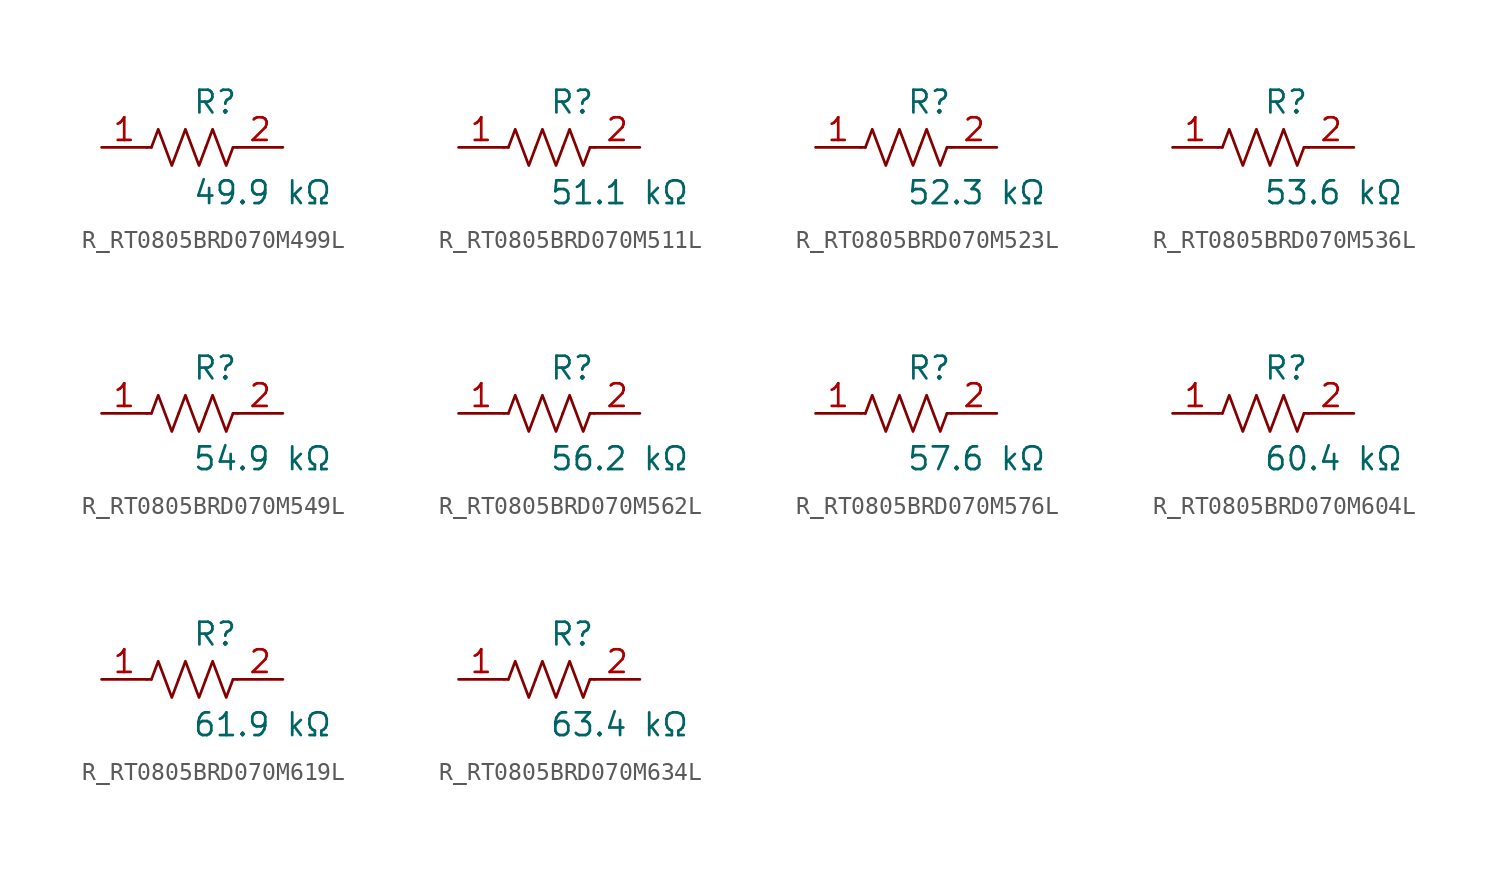
<source format=kicad_sym>
(kicad_symbol_lib
  (version 20231120)
  (generator kicad_symbol_editor)
  (generator_version 8.0)
  (symbol "R_RT0805BRD070M499L"
    (pin_names
      (offset 0.254))
    (property "Reference" "R"
      (at 0.0 2.54 0)
      (effects (font (size 1.27 1.27)) (justify left)))
    (property "Value" "49.9 kΩ"
      (at 0.0 -2.54 0)
      (effects (font (size 1.27 1.27)) (justify left)))
    (symbol "R_RT0805BRD070M499L_0_1"
      (polyline (pts (xy 2.286 0) (xy 2.54 0)) (stroke (width 0) (type default)) (fill (type none)))
      (polyline (pts (xy -2.286 0) (xy -2.54 0)) (stroke (width 0) (type default)) (fill (type none)))
      (polyline (pts (xy 0.762 0) (xy 1.143 1.016) (xy 1.524 0) (xy 1.905 -1.016) (xy 2.286 0)) (stroke (width 0) (type default)) (fill (type none)))
      (polyline (pts (xy -0.762 0) (xy -0.381 1.016) (xy 0 0) (xy 0.381 -1.016) (xy 0.762 0)) (stroke (width 0) (type default)) (fill (type none)))
      (polyline (pts (xy -2.286 0) (xy -1.905 1.016) (xy -1.524 0) (xy -1.143 -1.016) (xy -0.762 0)) (stroke (width 0) (type default)) (fill (type none))))
    (pin unspecified line
      (at -5.08 0 0)
      (length 2.54)
      (name "" (effects (font (size 1.27 1.27))))
      (number "1" (effects (font (size 1.27 1.27)))))
    (pin unspecified line
      (at 5.08 0 180)
      (length 2.54)
      (name "" (effects (font (size 1.27 1.27))))
      (number "2" (effects (font (size 1.27 1.27))))))
  (symbol "R_RT0805BRD070M511L"
    (pin_names
      (offset 0.254))
    (property "Reference" "R"
      (at 0.0 2.54 0)
      (effects (font (size 1.27 1.27)) (justify left)))
    (property "Value" "51.1 kΩ"
      (at 0.0 -2.54 0)
      (effects (font (size 1.27 1.27)) (justify left)))
    (symbol "R_RT0805BRD070M511L_0_1"
      (polyline (pts (xy 2.286 0) (xy 2.54 0)) (stroke (width 0) (type default)) (fill (type none)))
      (polyline (pts (xy -2.286 0) (xy -2.54 0)) (stroke (width 0) (type default)) (fill (type none)))
      (polyline (pts (xy 0.762 0) (xy 1.143 1.016) (xy 1.524 0) (xy 1.905 -1.016) (xy 2.286 0)) (stroke (width 0) (type default)) (fill (type none)))
      (polyline (pts (xy -0.762 0) (xy -0.381 1.016) (xy 0 0) (xy 0.381 -1.016) (xy 0.762 0)) (stroke (width 0) (type default)) (fill (type none)))
      (polyline (pts (xy -2.286 0) (xy -1.905 1.016) (xy -1.524 0) (xy -1.143 -1.016) (xy -0.762 0)) (stroke (width 0) (type default)) (fill (type none))))
    (pin unspecified line
      (at -5.08 0 0)
      (length 2.54)
      (name "" (effects (font (size 1.27 1.27))))
      (number "1" (effects (font (size 1.27 1.27)))))
    (pin unspecified line
      (at 5.08 0 180)
      (length 2.54)
      (name "" (effects (font (size 1.27 1.27))))
      (number "2" (effects (font (size 1.27 1.27))))))
  (symbol "R_RT0805BRD070M523L"
    (pin_names
      (offset 0.254))
    (property "Reference" "R"
      (at 0.0 2.54 0)
      (effects (font (size 1.27 1.27)) (justify left)))
    (property "Value" "52.3 kΩ"
      (at 0.0 -2.54 0)
      (effects (font (size 1.27 1.27)) (justify left)))
    (symbol "R_RT0805BRD070M523L_0_1"
      (polyline (pts (xy 2.286 0) (xy 2.54 0)) (stroke (width 0) (type default)) (fill (type none)))
      (polyline (pts (xy -2.286 0) (xy -2.54 0)) (stroke (width 0) (type default)) (fill (type none)))
      (polyline (pts (xy 0.762 0) (xy 1.143 1.016) (xy 1.524 0) (xy 1.905 -1.016) (xy 2.286 0)) (stroke (width 0) (type default)) (fill (type none)))
      (polyline (pts (xy -0.762 0) (xy -0.381 1.016) (xy 0 0) (xy 0.381 -1.016) (xy 0.762 0)) (stroke (width 0) (type default)) (fill (type none)))
      (polyline (pts (xy -2.286 0) (xy -1.905 1.016) (xy -1.524 0) (xy -1.143 -1.016) (xy -0.762 0)) (stroke (width 0) (type default)) (fill (type none))))
    (pin unspecified line
      (at -5.08 0 0)
      (length 2.54)
      (name "" (effects (font (size 1.27 1.27))))
      (number "1" (effects (font (size 1.27 1.27)))))
    (pin unspecified line
      (at 5.08 0 180)
      (length 2.54)
      (name "" (effects (font (size 1.27 1.27))))
      (number "2" (effects (font (size 1.27 1.27))))))
  (symbol "R_RT0805BRD070M536L"
    (pin_names
      (offset 0.254))
    (property "Reference" "R"
      (at 0.0 2.54 0)
      (effects (font (size 1.27 1.27)) (justify left)))
    (property "Value" "53.6 kΩ"
      (at 0.0 -2.54 0)
      (effects (font (size 1.27 1.27)) (justify left)))
    (symbol "R_RT0805BRD070M536L_0_1"
      (polyline (pts (xy 2.286 0) (xy 2.54 0)) (stroke (width 0) (type default)) (fill (type none)))
      (polyline (pts (xy -2.286 0) (xy -2.54 0)) (stroke (width 0) (type default)) (fill (type none)))
      (polyline (pts (xy 0.762 0) (xy 1.143 1.016) (xy 1.524 0) (xy 1.905 -1.016) (xy 2.286 0)) (stroke (width 0) (type default)) (fill (type none)))
      (polyline (pts (xy -0.762 0) (xy -0.381 1.016) (xy 0 0) (xy 0.381 -1.016) (xy 0.762 0)) (stroke (width 0) (type default)) (fill (type none)))
      (polyline (pts (xy -2.286 0) (xy -1.905 1.016) (xy -1.524 0) (xy -1.143 -1.016) (xy -0.762 0)) (stroke (width 0) (type default)) (fill (type none))))
    (pin unspecified line
      (at -5.08 0 0)
      (length 2.54)
      (name "" (effects (font (size 1.27 1.27))))
      (number "1" (effects (font (size 1.27 1.27)))))
    (pin unspecified line
      (at 5.08 0 180)
      (length 2.54)
      (name "" (effects (font (size 1.27 1.27))))
      (number "2" (effects (font (size 1.27 1.27))))))
  (symbol "R_RT0805BRD070M549L"
    (pin_names
      (offset 0.254))
    (property "Reference" "R"
      (at 0.0 2.54 0)
      (effects (font (size 1.27 1.27)) (justify left)))
    (property "Value" "54.9 kΩ"
      (at 0.0 -2.54 0)
      (effects (font (size 1.27 1.27)) (justify left)))
    (symbol "R_RT0805BRD070M549L_0_1"
      (polyline (pts (xy 2.286 0) (xy 2.54 0)) (stroke (width 0) (type default)) (fill (type none)))
      (polyline (pts (xy -2.286 0) (xy -2.54 0)) (stroke (width 0) (type default)) (fill (type none)))
      (polyline (pts (xy 0.762 0) (xy 1.143 1.016) (xy 1.524 0) (xy 1.905 -1.016) (xy 2.286 0)) (stroke (width 0) (type default)) (fill (type none)))
      (polyline (pts (xy -0.762 0) (xy -0.381 1.016) (xy 0 0) (xy 0.381 -1.016) (xy 0.762 0)) (stroke (width 0) (type default)) (fill (type none)))
      (polyline (pts (xy -2.286 0) (xy -1.905 1.016) (xy -1.524 0) (xy -1.143 -1.016) (xy -0.762 0)) (stroke (width 0) (type default)) (fill (type none))))
    (pin unspecified line
      (at -5.08 0 0)
      (length 2.54)
      (name "" (effects (font (size 1.27 1.27))))
      (number "1" (effects (font (size 1.27 1.27)))))
    (pin unspecified line
      (at 5.08 0 180)
      (length 2.54)
      (name "" (effects (font (size 1.27 1.27))))
      (number "2" (effects (font (size 1.27 1.27))))))
  (symbol "R_RT0805BRD070M562L"
    (pin_names
      (offset 0.254))
    (property "Reference" "R"
      (at 0.0 2.54 0)
      (effects (font (size 1.27 1.27)) (justify left)))
    (property "Value" "56.2 kΩ"
      (at 0.0 -2.54 0)
      (effects (font (size 1.27 1.27)) (justify left)))
    (symbol "R_RT0805BRD070M562L_0_1"
      (polyline (pts (xy 2.286 0) (xy 2.54 0)) (stroke (width 0) (type default)) (fill (type none)))
      (polyline (pts (xy -2.286 0) (xy -2.54 0)) (stroke (width 0) (type default)) (fill (type none)))
      (polyline (pts (xy 0.762 0) (xy 1.143 1.016) (xy 1.524 0) (xy 1.905 -1.016) (xy 2.286 0)) (stroke (width 0) (type default)) (fill (type none)))
      (polyline (pts (xy -0.762 0) (xy -0.381 1.016) (xy 0 0) (xy 0.381 -1.016) (xy 0.762 0)) (stroke (width 0) (type default)) (fill (type none)))
      (polyline (pts (xy -2.286 0) (xy -1.905 1.016) (xy -1.524 0) (xy -1.143 -1.016) (xy -0.762 0)) (stroke (width 0) (type default)) (fill (type none))))
    (pin unspecified line
      (at -5.08 0 0)
      (length 2.54)
      (name "" (effects (font (size 1.27 1.27))))
      (number "1" (effects (font (size 1.27 1.27)))))
    (pin unspecified line
      (at 5.08 0 180)
      (length 2.54)
      (name "" (effects (font (size 1.27 1.27))))
      (number "2" (effects (font (size 1.27 1.27))))))
  (symbol "R_RT0805BRD070M576L"
    (pin_names
      (offset 0.254))
    (property "Reference" "R"
      (at 0.0 2.54 0)
      (effects (font (size 1.27 1.27)) (justify left)))
    (property "Value" "57.6 kΩ"
      (at 0.0 -2.54 0)
      (effects (font (size 1.27 1.27)) (justify left)))
    (symbol "R_RT0805BRD070M576L_0_1"
      (polyline (pts (xy 2.286 0) (xy 2.54 0)) (stroke (width 0) (type default)) (fill (type none)))
      (polyline (pts (xy -2.286 0) (xy -2.54 0)) (stroke (width 0) (type default)) (fill (type none)))
      (polyline (pts (xy 0.762 0) (xy 1.143 1.016) (xy 1.524 0) (xy 1.905 -1.016) (xy 2.286 0)) (stroke (width 0) (type default)) (fill (type none)))
      (polyline (pts (xy -0.762 0) (xy -0.381 1.016) (xy 0 0) (xy 0.381 -1.016) (xy 0.762 0)) (stroke (width 0) (type default)) (fill (type none)))
      (polyline (pts (xy -2.286 0) (xy -1.905 1.016) (xy -1.524 0) (xy -1.143 -1.016) (xy -0.762 0)) (stroke (width 0) (type default)) (fill (type none))))
    (pin unspecified line
      (at -5.08 0 0)
      (length 2.54)
      (name "" (effects (font (size 1.27 1.27))))
      (number "1" (effects (font (size 1.27 1.27)))))
    (pin unspecified line
      (at 5.08 0 180)
      (length 2.54)
      (name "" (effects (font (size 1.27 1.27))))
      (number "2" (effects (font (size 1.27 1.27))))))
  (symbol "R_RT0805BRD070M604L"
    (pin_names
      (offset 0.254))
    (property "Reference" "R"
      (at 0.0 2.54 0)
      (effects (font (size 1.27 1.27)) (justify left)))
    (property "Value" "60.4 kΩ"
      (at 0.0 -2.54 0)
      (effects (font (size 1.27 1.27)) (justify left)))
    (symbol "R_RT0805BRD070M604L_0_1"
      (polyline (pts (xy 2.286 0) (xy 2.54 0)) (stroke (width 0) (type default)) (fill (type none)))
      (polyline (pts (xy -2.286 0) (xy -2.54 0)) (stroke (width 0) (type default)) (fill (type none)))
      (polyline (pts (xy 0.762 0) (xy 1.143 1.016) (xy 1.524 0) (xy 1.905 -1.016) (xy 2.286 0)) (stroke (width 0) (type default)) (fill (type none)))
      (polyline (pts (xy -0.762 0) (xy -0.381 1.016) (xy 0 0) (xy 0.381 -1.016) (xy 0.762 0)) (stroke (width 0) (type default)) (fill (type none)))
      (polyline (pts (xy -2.286 0) (xy -1.905 1.016) (xy -1.524 0) (xy -1.143 -1.016) (xy -0.762 0)) (stroke (width 0) (type default)) (fill (type none))))
    (pin unspecified line
      (at -5.08 0 0)
      (length 2.54)
      (name "" (effects (font (size 1.27 1.27))))
      (number "1" (effects (font (size 1.27 1.27)))))
    (pin unspecified line
      (at 5.08 0 180)
      (length 2.54)
      (name "" (effects (font (size 1.27 1.27))))
      (number "2" (effects (font (size 1.27 1.27))))))
  (symbol "R_RT0805BRD070M619L"
    (pin_names
      (offset 0.254))
    (property "Reference" "R"
      (at 0.0 2.54 0)
      (effects (font (size 1.27 1.27)) (justify left)))
    (property "Value" "61.9 kΩ"
      (at 0.0 -2.54 0)
      (effects (font (size 1.27 1.27)) (justify left)))
    (symbol "R_RT0805BRD070M619L_0_1"
      (polyline (pts (xy 2.286 0) (xy 2.54 0)) (stroke (width 0) (type default)) (fill (type none)))
      (polyline (pts (xy -2.286 0) (xy -2.54 0)) (stroke (width 0) (type default)) (fill (type none)))
      (polyline (pts (xy 0.762 0) (xy 1.143 1.016) (xy 1.524 0) (xy 1.905 -1.016) (xy 2.286 0)) (stroke (width 0) (type default)) (fill (type none)))
      (polyline (pts (xy -0.762 0) (xy -0.381 1.016) (xy 0 0) (xy 0.381 -1.016) (xy 0.762 0)) (stroke (width 0) (type default)) (fill (type none)))
      (polyline (pts (xy -2.286 0) (xy -1.905 1.016) (xy -1.524 0) (xy -1.143 -1.016) (xy -0.762 0)) (stroke (width 0) (type default)) (fill (type none))))
    (pin unspecified line
      (at -5.08 0 0)
      (length 2.54)
      (name "" (effects (font (size 1.27 1.27))))
      (number "1" (effects (font (size 1.27 1.27)))))
    (pin unspecified line
      (at 5.08 0 180)
      (length 2.54)
      (name "" (effects (font (size 1.27 1.27))))
      (number "2" (effects (font (size 1.27 1.27))))))
  (symbol "R_RT0805BRD070M634L"
    (pin_names
      (offset 0.254))
    (property "Reference" "R"
      (at 0.0 2.54 0)
      (effects (font (size 1.27 1.27)) (justify left)))
    (property "Value" "63.4 kΩ"
      (at 0.0 -2.54 0)
      (effects (font (size 1.27 1.27)) (justify left)))
    (symbol "R_RT0805BRD070M634L_0_1"
      (polyline (pts (xy 2.286 0) (xy 2.54 0)) (stroke (width 0) (type default)) (fill (type none)))
      (polyline (pts (xy -2.286 0) (xy -2.54 0)) (stroke (width 0) (type default)) (fill (type none)))
      (polyline (pts (xy 0.762 0) (xy 1.143 1.016) (xy 1.524 0) (xy 1.905 -1.016) (xy 2.286 0)) (stroke (width 0) (type default)) (fill (type none)))
      (polyline (pts (xy -0.762 0) (xy -0.381 1.016) (xy 0 0) (xy 0.381 -1.016) (xy 0.762 0)) (stroke (width 0) (type default)) (fill (type none)))
      (polyline (pts (xy -2.286 0) (xy -1.905 1.016) (xy -1.524 0) (xy -1.143 -1.016) (xy -0.762 0)) (stroke (width 0) (type default)) (fill (type none))))
    (pin unspecified line
      (at -5.08 0 0)
      (length 2.54)
      (name "" (effects (font (size 1.27 1.27))))
      (number "1" (effects (font (size 1.27 1.27)))))
    (pin unspecified line
      (at 5.08 0 180)
      (length 2.54)
      (name "" (effects (font (size 1.27 1.27))))
      (number "2" (effects (font (size 1.27 1.27)))))))
</source>
